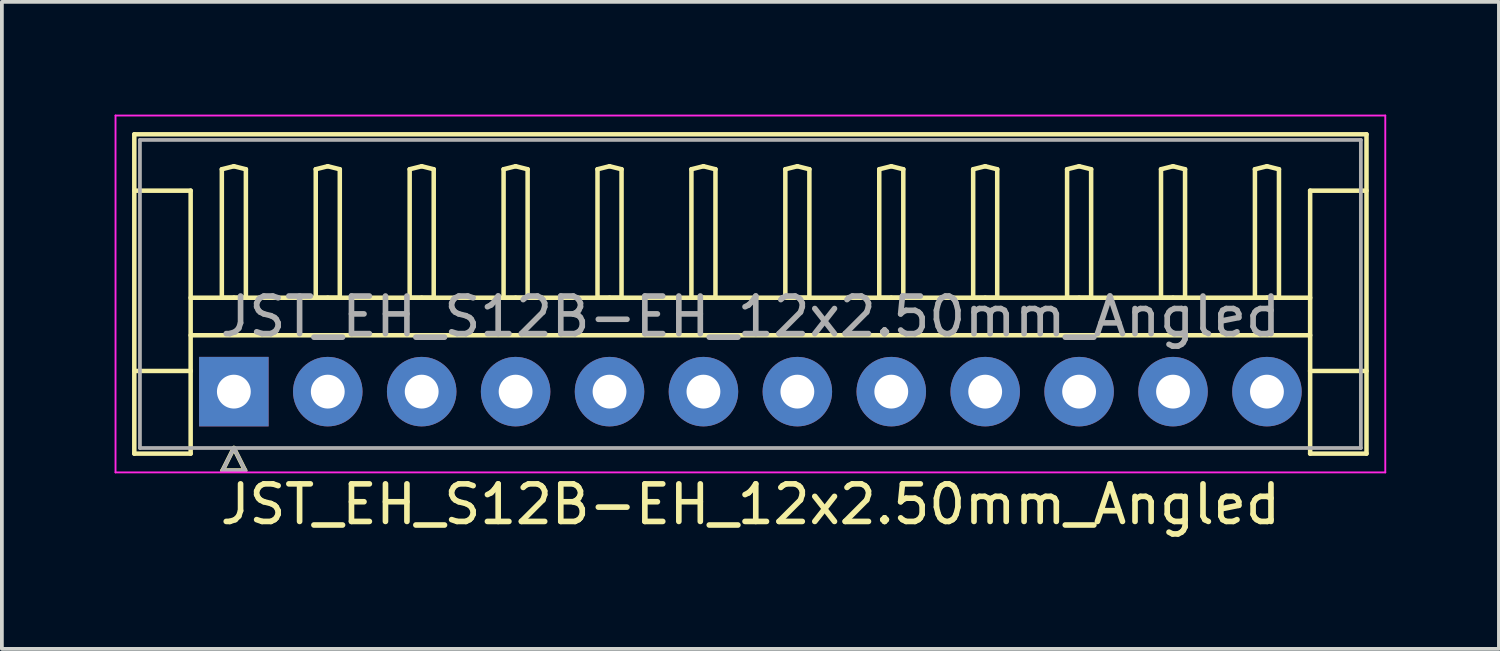
<source format=kicad_pcb>
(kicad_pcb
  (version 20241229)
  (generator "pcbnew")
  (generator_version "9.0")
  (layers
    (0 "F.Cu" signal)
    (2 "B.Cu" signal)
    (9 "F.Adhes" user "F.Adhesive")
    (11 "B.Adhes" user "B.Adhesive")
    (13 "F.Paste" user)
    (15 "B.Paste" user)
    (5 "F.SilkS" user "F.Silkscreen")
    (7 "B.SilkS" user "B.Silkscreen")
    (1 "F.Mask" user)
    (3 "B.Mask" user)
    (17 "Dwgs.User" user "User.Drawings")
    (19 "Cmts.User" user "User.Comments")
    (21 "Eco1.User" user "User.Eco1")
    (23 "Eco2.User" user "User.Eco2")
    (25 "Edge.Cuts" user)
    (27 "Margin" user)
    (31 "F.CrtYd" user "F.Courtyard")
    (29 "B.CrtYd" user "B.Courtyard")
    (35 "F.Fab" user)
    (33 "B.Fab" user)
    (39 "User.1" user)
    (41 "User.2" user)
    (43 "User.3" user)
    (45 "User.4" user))
  (footprint "JST_EH_S12B-EH_12x2.50mm_Angled"
    (layer "F.Cu")
    (at 3.175 7.375)
    (property "Reference" "JST_EH_S12B-EH_12x2.50mm_Angled" (at 13.75 3 0) (layer "F.SilkS") (effects (font (size 1 1) (thickness 0.15))))
    (attr through_hole)
    (fp_line (start -2.65 -6.85) (end 30.15 -6.85) (stroke (width 0.12) (type solid)) (layer "F.SilkS"))
    (fp_line (start -2.65 -5.35) (end -1.15 -5.35) (stroke (width 0.12) (type solid)) (layer "F.SilkS"))
    (fp_line (start -2.65 1.65) (end -2.65 -6.85) (stroke (width 0.12) (type solid)) (layer "F.SilkS"))
    (fp_line (start -1.15 -5.35) (end -1.15 -0.55) (stroke (width 0.12) (type solid)) (layer "F.SilkS"))
    (fp_line (start -1.15 -2.5) (end 28.65 -2.5) (stroke (width 0.12) (type solid)) (layer "F.SilkS"))
    (fp_line (start -1.15 -1.5) (end 28.65 -1.5) (stroke (width 0.12) (type solid)) (layer "F.SilkS"))
    (fp_line (start -1.15 -0.55) (end -2.65 -0.55) (stroke (width 0.12) (type solid)) (layer "F.SilkS"))
    (fp_line (start -1.15 -0.55) (end -1.15 1.65) (stroke (width 0.12) (type solid)) (layer "F.SilkS"))
    (fp_line (start -1.15 1.65) (end -2.65 1.65) (stroke (width 0.12) (type solid)) (layer "F.SilkS"))
    (fp_line (start -0.32 -5.92) (end 0 -6) (stroke (width 0.12) (type solid)) (layer "F.SilkS"))
    (fp_line (start -0.32 -2.5) (end -0.32 -5.92) (stroke (width 0.12) (type solid)) (layer "F.SilkS"))
    (fp_line (start -0.3 2.1) (end 0.3 2.1) (stroke (width 0.12) (type solid)) (layer "F.SilkS"))
    (fp_line (start 0 -6) (end 0.32 -5.92) (stroke (width 0.12) (type solid)) (layer "F.SilkS"))
    (fp_line (start 0 -2.5) (end -0.32 -2.5) (stroke (width 0.12) (type solid)) (layer "F.SilkS"))
    (fp_line (start 0 1.5) (end -0.3 2.1) (stroke (width 0.12) (type solid)) (layer "F.SilkS"))
    (fp_line (start 0.3 2.1) (end 0 1.5) (stroke (width 0.12) (type solid)) (layer "F.SilkS"))
    (fp_line (start 0.32 -5.92) (end 0.32 -2.5) (stroke (width 0.12) (type solid)) (layer "F.SilkS"))
    (fp_line (start 0.32 -2.5) (end 0 -2.5) (stroke (width 0.12) (type solid)) (layer "F.SilkS"))
    (fp_line (start 2.18 -5.92) (end 2.5 -6) (stroke (width 0.12) (type solid)) (layer "F.SilkS"))
    (fp_line (start 2.18 -2.5) (end 2.18 -5.92) (stroke (width 0.12) (type solid)) (layer "F.SilkS"))
    (fp_line (start 2.5 -6) (end 2.82 -5.92) (stroke (width 0.12) (type solid)) (layer "F.SilkS"))
    (fp_line (start 2.5 -2.5) (end 2.18 -2.5) (stroke (width 0.12) (type solid)) (layer "F.SilkS"))
    (fp_line (start 2.82 -5.92) (end 2.82 -2.5) (stroke (width 0.12) (type solid)) (layer "F.SilkS"))
    (fp_line (start 2.82 -2.5) (end 2.5 -2.5) (stroke (width 0.12) (type solid)) (layer "F.SilkS"))
    (fp_line (start 4.68 -5.92) (end 5 -6) (stroke (width 0.12) (type solid)) (layer "F.SilkS"))
    (fp_line (start 4.68 -2.5) (end 4.68 -5.92) (stroke (width 0.12) (type solid)) (layer "F.SilkS"))
    (fp_line (start 5 -6) (end 5.32 -5.92) (stroke (width 0.12) (type solid)) (layer "F.SilkS"))
    (fp_line (start 5 -2.5) (end 4.68 -2.5) (stroke (width 0.12) (type solid)) (layer "F.SilkS"))
    (fp_line (start 5.32 -5.92) (end 5.32 -2.5) (stroke (width 0.12) (type solid)) (layer "F.SilkS"))
    (fp_line (start 5.32 -2.5) (end 5 -2.5) (stroke (width 0.12) (type solid)) (layer "F.SilkS"))
    (fp_line (start 7.18 -5.92) (end 7.5 -6) (stroke (width 0.12) (type solid)) (layer "F.SilkS"))
    (fp_line (start 7.18 -2.5) (end 7.18 -5.92) (stroke (width 0.12) (type solid)) (layer "F.SilkS"))
    (fp_line (start 7.5 -6) (end 7.82 -5.92) (stroke (width 0.12) (type solid)) (layer "F.SilkS"))
    (fp_line (start 7.5 -2.5) (end 7.18 -2.5) (stroke (width 0.12) (type solid)) (layer "F.SilkS"))
    (fp_line (start 7.82 -5.92) (end 7.82 -2.5) (stroke (width 0.12) (type solid)) (layer "F.SilkS"))
    (fp_line (start 7.82 -2.5) (end 7.5 -2.5) (stroke (width 0.12) (type solid)) (layer "F.SilkS"))
    (fp_line (start 9.68 -5.92) (end 10 -6) (stroke (width 0.12) (type solid)) (layer "F.SilkS"))
    (fp_line (start 9.68 -2.5) (end 9.68 -5.92) (stroke (width 0.12) (type solid)) (layer "F.SilkS"))
    (fp_line (start 10 -6) (end 10.32 -5.92) (stroke (width 0.12) (type solid)) (layer "F.SilkS"))
    (fp_line (start 10 -2.5) (end 9.68 -2.5) (stroke (width 0.12) (type solid)) (layer "F.SilkS"))
    (fp_line (start 10.32 -5.92) (end 10.32 -2.5) (stroke (width 0.12) (type solid)) (layer "F.SilkS"))
    (fp_line (start 10.32 -2.5) (end 10 -2.5) (stroke (width 0.12) (type solid)) (layer "F.SilkS"))
    (fp_line (start 12.18 -5.92) (end 12.5 -6) (stroke (width 0.12) (type solid)) (layer "F.SilkS"))
    (fp_line (start 12.18 -2.5) (end 12.18 -5.92) (stroke (width 0.12) (type solid)) (layer "F.SilkS"))
    (fp_line (start 12.5 -6) (end 12.82 -5.92) (stroke (width 0.12) (type solid)) (layer "F.SilkS"))
    (fp_line (start 12.5 -2.5) (end 12.18 -2.5) (stroke (width 0.12) (type solid)) (layer "F.SilkS"))
    (fp_line (start 12.82 -5.92) (end 12.82 -2.5) (stroke (width 0.12) (type solid)) (layer "F.SilkS"))
    (fp_line (start 12.82 -2.5) (end 12.5 -2.5) (stroke (width 0.12) (type solid)) (layer "F.SilkS"))
    (fp_line (start 14.68 -5.92) (end 15 -6) (stroke (width 0.12) (type solid)) (layer "F.SilkS"))
    (fp_line (start 14.68 -2.5) (end 14.68 -5.92) (stroke (width 0.12) (type solid)) (layer "F.SilkS"))
    (fp_line (start 15 -6) (end 15.32 -5.92) (stroke (width 0.12) (type solid)) (layer "F.SilkS"))
    (fp_line (start 15 -2.5) (end 14.68 -2.5) (stroke (width 0.12) (type solid)) (layer "F.SilkS"))
    (fp_line (start 15.32 -5.92) (end 15.32 -2.5) (stroke (width 0.12) (type solid)) (layer "F.SilkS"))
    (fp_line (start 15.32 -2.5) (end 15 -2.5) (stroke (width 0.12) (type solid)) (layer "F.SilkS"))
    (fp_line (start 17.18 -5.92) (end 17.5 -6) (stroke (width 0.12) (type solid)) (layer "F.SilkS"))
    (fp_line (start 17.18 -2.5) (end 17.18 -5.92) (stroke (width 0.12) (type solid)) (layer "F.SilkS"))
    (fp_line (start 17.5 -6) (end 17.82 -5.92) (stroke (width 0.12) (type solid)) (layer "F.SilkS"))
    (fp_line (start 17.5 -2.5) (end 17.18 -2.5) (stroke (width 0.12) (type solid)) (layer "F.SilkS"))
    (fp_line (start 17.82 -5.92) (end 17.82 -2.5) (stroke (width 0.12) (type solid)) (layer "F.SilkS"))
    (fp_line (start 17.82 -2.5) (end 17.5 -2.5) (stroke (width 0.12) (type solid)) (layer "F.SilkS"))
    (fp_line (start 19.68 -5.92) (end 20 -6) (stroke (width 0.12) (type solid)) (layer "F.SilkS"))
    (fp_line (start 19.68 -2.5) (end 19.68 -5.92) (stroke (width 0.12) (type solid)) (layer "F.SilkS"))
    (fp_line (start 20 -6) (end 20.32 -5.92) (stroke (width 0.12) (type solid)) (layer "F.SilkS"))
    (fp_line (start 20 -2.5) (end 19.68 -2.5) (stroke (width 0.12) (type solid)) (layer "F.SilkS"))
    (fp_line (start 20.32 -5.92) (end 20.32 -2.5) (stroke (width 0.12) (type solid)) (layer "F.SilkS"))
    (fp_line (start 20.32 -2.5) (end 20 -2.5) (stroke (width 0.12) (type solid)) (layer "F.SilkS"))
    (fp_line (start 22.18 -5.92) (end 22.5 -6) (stroke (width 0.12) (type solid)) (layer "F.SilkS"))
    (fp_line (start 22.18 -2.5) (end 22.18 -5.92) (stroke (width 0.12) (type solid)) (layer "F.SilkS"))
    (fp_line (start 22.5 -6) (end 22.82 -5.92) (stroke (width 0.12) (type solid)) (layer "F.SilkS"))
    (fp_line (start 22.5 -2.5) (end 22.18 -2.5) (stroke (width 0.12) (type solid)) (layer "F.SilkS"))
    (fp_line (start 22.82 -5.92) (end 22.82 -2.5) (stroke (width 0.12) (type solid)) (layer "F.SilkS"))
    (fp_line (start 22.82 -2.5) (end 22.5 -2.5) (stroke (width 0.12) (type solid)) (layer "F.SilkS"))
    (fp_line (start 24.68 -5.92) (end 25 -6) (stroke (width 0.12) (type solid)) (layer "F.SilkS"))
    (fp_line (start 24.68 -2.5) (end 24.68 -5.92) (stroke (width 0.12) (type solid)) (layer "F.SilkS"))
    (fp_line (start 25 -6) (end 25.32 -5.92) (stroke (width 0.12) (type solid)) (layer "F.SilkS"))
    (fp_line (start 25 -2.5) (end 24.68 -2.5) (stroke (width 0.12) (type solid)) (layer "F.SilkS"))
    (fp_line (start 25.32 -5.92) (end 25.32 -2.5) (stroke (width 0.12) (type solid)) (layer "F.SilkS"))
    (fp_line (start 25.32 -2.5) (end 25 -2.5) (stroke (width 0.12) (type solid)) (layer "F.SilkS"))
    (fp_line (start 27.18 -5.92) (end 27.5 -6) (stroke (width 0.12) (type solid)) (layer "F.SilkS"))
    (fp_line (start 27.18 -2.5) (end 27.18 -5.92) (stroke (width 0.12) (type solid)) (layer "F.SilkS"))
    (fp_line (start 27.5 -6) (end 27.82 -5.92) (stroke (width 0.12) (type solid)) (layer "F.SilkS"))
    (fp_line (start 27.5 -2.5) (end 27.18 -2.5) (stroke (width 0.12) (type solid)) (layer "F.SilkS"))
    (fp_line (start 27.82 -5.92) (end 27.82 -2.5) (stroke (width 0.12) (type solid)) (layer "F.SilkS"))
    (fp_line (start 27.82 -2.5) (end 27.5 -2.5) (stroke (width 0.12) (type solid)) (layer "F.SilkS"))
    (fp_line (start 28.65 -5.35) (end 28.65 -0.55) (stroke (width 0.12) (type solid)) (layer "F.SilkS"))
    (fp_line (start 28.65 -0.55) (end 30.15 -0.55) (stroke (width 0.12) (type solid)) (layer "F.SilkS"))
    (fp_line (start 28.65 1.65) (end 28.65 -0.55) (stroke (width 0.12) (type solid)) (layer "F.SilkS"))
    (fp_line (start 30.15 -6.85) (end 30.15 1.65) (stroke (width 0.12) (type solid)) (layer "F.SilkS"))
    (fp_line (start 30.15 -5.35) (end 28.65 -5.35) (stroke (width 0.12) (type solid)) (layer "F.SilkS"))
    (fp_line (start 30.15 1.65) (end 28.65 1.65) (stroke (width 0.12) (type solid)) (layer "F.SilkS"))
    (fp_line (start -3.15 -7.35) (end -3.15 2.15) (stroke (width 0.05) (type solid)) (layer "F.CrtYd"))
    (fp_line (start -3.15 2.15) (end 30.65 2.15) (stroke (width 0.05) (type solid)) (layer "F.CrtYd"))
    (fp_line (start 30.65 -7.35) (end -3.15 -7.35) (stroke (width 0.05) (type solid)) (layer "F.CrtYd"))
    (fp_line (start 30.65 2.15) (end 30.65 -7.35) (stroke (width 0.05) (type solid)) (layer "F.CrtYd"))
    (fp_line (start -2.5 -6.7) (end -2.5 1.5) (stroke (width 0.1) (type solid)) (layer "F.Fab"))
    (fp_line (start -2.5 1.5) (end 30 1.5) (stroke (width 0.1) (type solid)) (layer "F.Fab"))
    (fp_line (start -0.3 2.1) (end 0.3 2.1) (stroke (width 0.1) (type solid)) (layer "F.Fab"))
    (fp_line (start 0 1.5) (end -0.3 2.1) (stroke (width 0.1) (type solid)) (layer "F.Fab"))
    (fp_line (start 0.3 2.1) (end 0 1.5) (stroke (width 0.1) (type solid)) (layer "F.Fab"))
    (fp_line (start 30 -6.7) (end -2.5 -6.7) (stroke (width 0.1) (type solid)) (layer "F.Fab"))
    (fp_line (start 30 1.5) (end 30 -6.7) (stroke (width 0.1) (type solid)) (layer "F.Fab"))
    (fp_text user "${REFERENCE}" (at 13.75 -2 0) (layer "F.Fab") (effects (font (size 1 1) (thickness 0.15))))
    (pad "1" thru_hole rect (at 0 0) (size 1.85 1.85) (drill 0.9) (layers "*.Cu" "*.Mask"))
    (pad "2" thru_hole circle (at 2.5 0) (size 1.85 1.85) (drill 0.9) (layers "*.Cu" "*.Mask"))
    (pad "3" thru_hole circle (at 5 0) (size 1.85 1.85) (drill 0.9) (layers "*.Cu" "*.Mask"))
    (pad "4" thru_hole circle (at 7.5 0) (size 1.85 1.85) (drill 0.9) (layers "*.Cu" "*.Mask"))
    (pad "5" thru_hole circle (at 10 0) (size 1.85 1.85) (drill 0.9) (layers "*.Cu" "*.Mask"))
    (pad "6" thru_hole circle (at 12.5 0) (size 1.85 1.85) (drill 0.9) (layers "*.Cu" "*.Mask"))
    (pad "7" thru_hole circle (at 15 0) (size 1.85 1.85) (drill 0.9) (layers "*.Cu" "*.Mask"))
    (pad "8" thru_hole circle (at 17.5 0) (size 1.85 1.85) (drill 0.9) (layers "*.Cu" "*.Mask"))
    (pad "9" thru_hole circle (at 20 0) (size 1.85 1.85) (drill 0.9) (layers "*.Cu" "*.Mask"))
    (pad "10" thru_hole circle (at 22.5 0) (size 1.85 1.85) (drill 0.9) (layers "*.Cu" "*.Mask"))
    (pad "11" thru_hole circle (at 25 0) (size 1.85 1.85) (drill 0.9) (layers "*.Cu" "*.Mask"))
    (pad "12" thru_hole circle (at 27.5 0) (size 1.85 1.85) (drill 0.9) (layers "*.Cu" "*.Mask")))
  (gr_rect
    (start -3 -3)
    (end 36.85 14.223)
    (stroke (width 0.1) (type default))
    (fill no)
    (layer "Edge.Cuts")))
</source>
